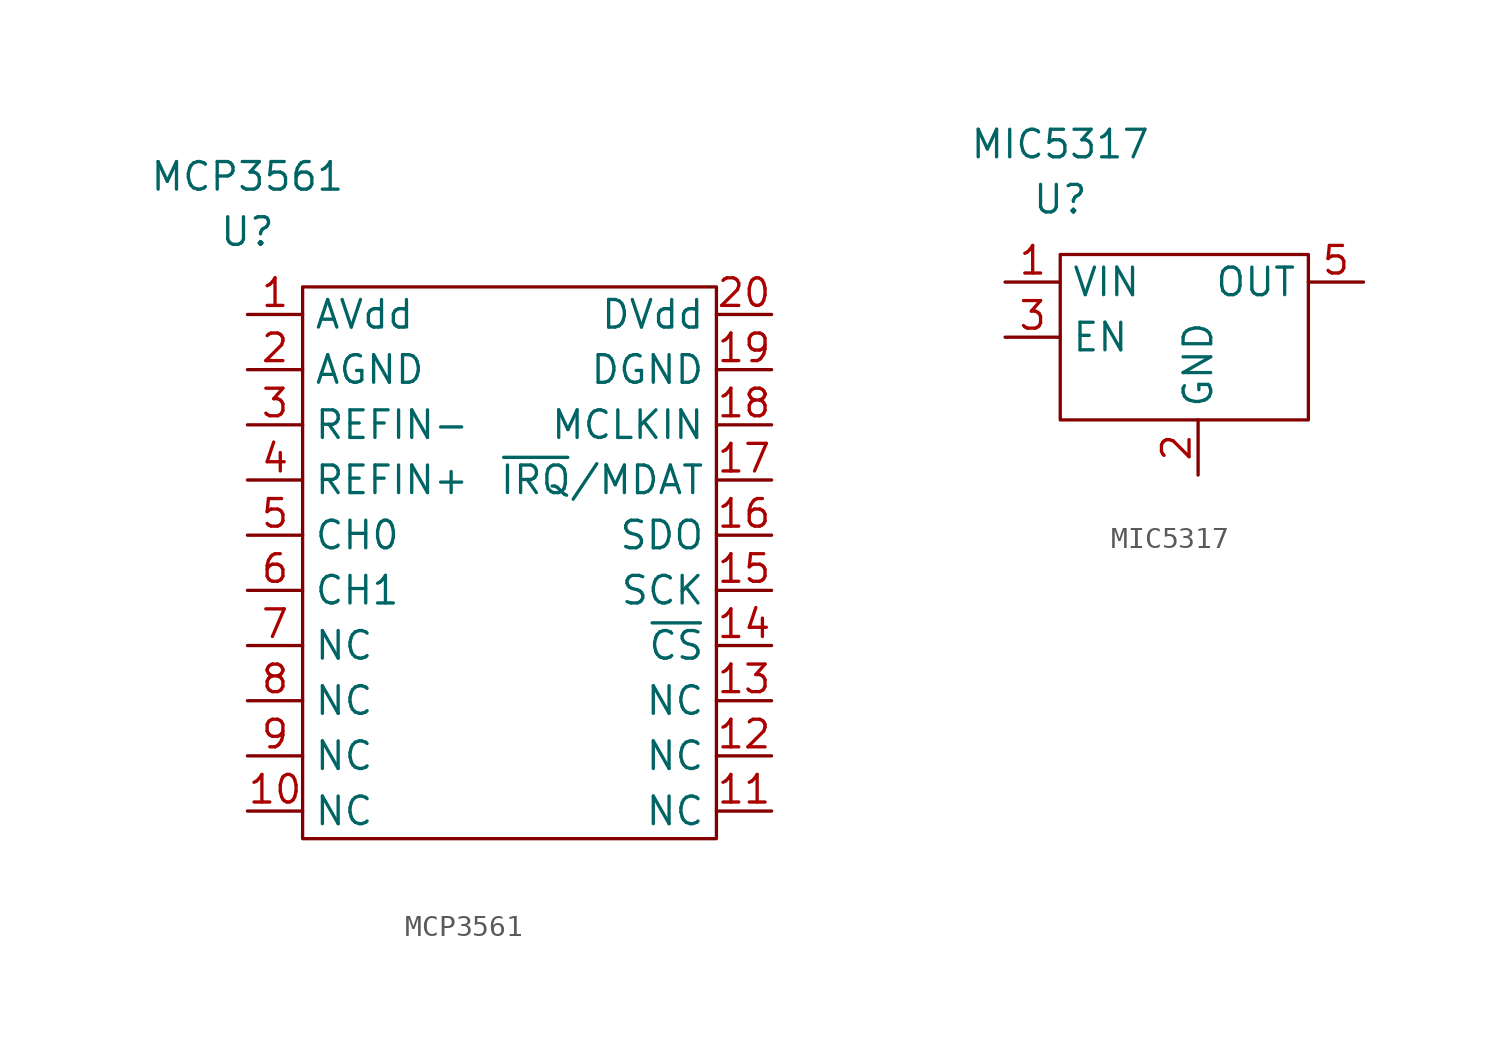
<source format=kicad_sym>
(kicad_symbol_lib
  (version 20211014)
  (generator kicad_symbol_editor)
  (symbol "MCP3561"
    (property "Reference" "U"
      (at 0 7.62 0)
      (effects (font (size 1.27 1.27))))
    (property "Value" "MCP3561"
      (at 0 10.16 0)
      (effects (font (size 1.27 1.27))))
    (symbol "MCP3561_0_1"
      (rectangle (start 2.54 5.08) (end 21.59 -20.32) (stroke (width 0) (type default) (color 0 0 0 0)) (fill (type none))))
    (symbol "MCP3561_1_1"
      (pin input line (at 0 3.81 0) (length 2.54) (name "AVdd" (effects (font (size 1.27 1.27)))) (number "1" (effects (font (size 1.27 1.27)))))
      (pin input line (at 0 -19.05 0) (length 2.54) (name "NC" (effects (font (size 1.27 1.27)))) (number "10" (effects (font (size 1.27 1.27)))))
      (pin input line (at 24.13 -19.05 180) (length 2.54) (name "NC" (effects (font (size 1.27 1.27)))) (number "11" (effects (font (size 1.27 1.27)))))
      (pin input line (at 24.13 -16.51 180) (length 2.54) (name "NC" (effects (font (size 1.27 1.27)))) (number "12" (effects (font (size 1.27 1.27)))))
      (pin input line (at 24.13 -13.97 180) (length 2.54) (name "NC" (effects (font (size 1.27 1.27)))) (number "13" (effects (font (size 1.27 1.27)))))
      (pin input line (at 24.13 -11.43 180) (length 2.54) (name "~{CS}" (effects (font (size 1.27 1.27)))) (number "14" (effects (font (size 1.27 1.27)))))
      (pin input line (at 24.13 -8.89 180) (length 2.54) (name "SCK" (effects (font (size 1.27 1.27)))) (number "15" (effects (font (size 1.27 1.27)))))
      (pin input line (at 24.13 -6.35 180) (length 2.54) (name "SDO" (effects (font (size 1.27 1.27)))) (number "16" (effects (font (size 1.27 1.27)))))
      (pin input line (at 24.13 -3.81 180) (length 2.54) (name "~{IRQ}/MDAT" (effects (font (size 1.27 1.27)))) (number "17" (effects (font (size 1.27 1.27)))))
      (pin input line (at 24.13 -1.27 180) (length 2.54) (name "MCLKIN" (effects (font (size 1.27 1.27)))) (number "18" (effects (font (size 1.27 1.27)))))
      (pin input line (at 24.13 1.27 180) (length 2.54) (name "DGND" (effects (font (size 1.27 1.27)))) (number "19" (effects (font (size 1.27 1.27)))))
      (pin input line (at 0 1.27 0) (length 2.54) (name "AGND" (effects (font (size 1.27 1.27)))) (number "2" (effects (font (size 1.27 1.27)))))
      (pin input line (at 24.13 3.81 180) (length 2.54) (name "DVdd" (effects (font (size 1.27 1.27)))) (number "20" (effects (font (size 1.27 1.27)))))
      (pin input line (at 0 -1.27 0) (length 2.54) (name "REFIN-" (effects (font (size 1.27 1.27)))) (number "3" (effects (font (size 1.27 1.27)))))
      (pin input line (at 0 -3.81 0) (length 2.54) (name "REFIN+" (effects (font (size 1.27 1.27)))) (number "4" (effects (font (size 1.27 1.27)))))
      (pin input line (at 0 -6.35 0) (length 2.54) (name "CH0" (effects (font (size 1.27 1.27)))) (number "5" (effects (font (size 1.27 1.27)))))
      (pin input line (at 0 -8.89 0) (length 2.54) (name "CH1" (effects (font (size 1.27 1.27)))) (number "6" (effects (font (size 1.27 1.27)))))
      (pin input line (at 0 -11.43 0) (length 2.54) (name "NC" (effects (font (size 1.27 1.27)))) (number "7" (effects (font (size 1.27 1.27)))))
      (pin input line (at 0 -13.97 0) (length 2.54) (name "NC" (effects (font (size 1.27 1.27)))) (number "8" (effects (font (size 1.27 1.27)))))
      (pin input line (at 0 -16.51 0) (length 2.54) (name "NC" (effects (font (size 1.27 1.27)))) (number "9" (effects (font (size 1.27 1.27)))))))
  (symbol "MIC5317"
    (property "Reference" "U"
      (at 0 3.81 0)
      (effects (font (size 1.27 1.27))))
    (property "Value" "MIC5317"
      (at 0 6.35 0)
      (effects (font (size 1.27 1.27))))
    (symbol "MIC5317_0_1"
      (rectangle (start 0 1.27) (end 11.43 -6.35) (stroke (width 0) (type default) (color 0 0 0 0)) (fill (type none))))
    (symbol "MIC5317_1_1"
      (pin input line (at -2.54 0 0) (length 2.54) (name "VIN" (effects (font (size 1.27 1.27)))) (number "1" (effects (font (size 1.27 1.27)))))
      (pin input line (at 6.35 -8.89 90) (length 2.54) (name "GND" (effects (font (size 1.27 1.27)))) (number "2" (effects (font (size 1.27 1.27)))))
      (pin input line (at -2.54 -2.54 0) (length 2.54) (name "EN" (effects (font (size 1.27 1.27)))) (number "3" (effects (font (size 1.27 1.27)))))
      (pin input line (at 13.97 0 180) (length 2.54) (name "OUT" (effects (font (size 1.27 1.27)))) (number "5" (effects (font (size 1.27 1.27))))))))
</source>
